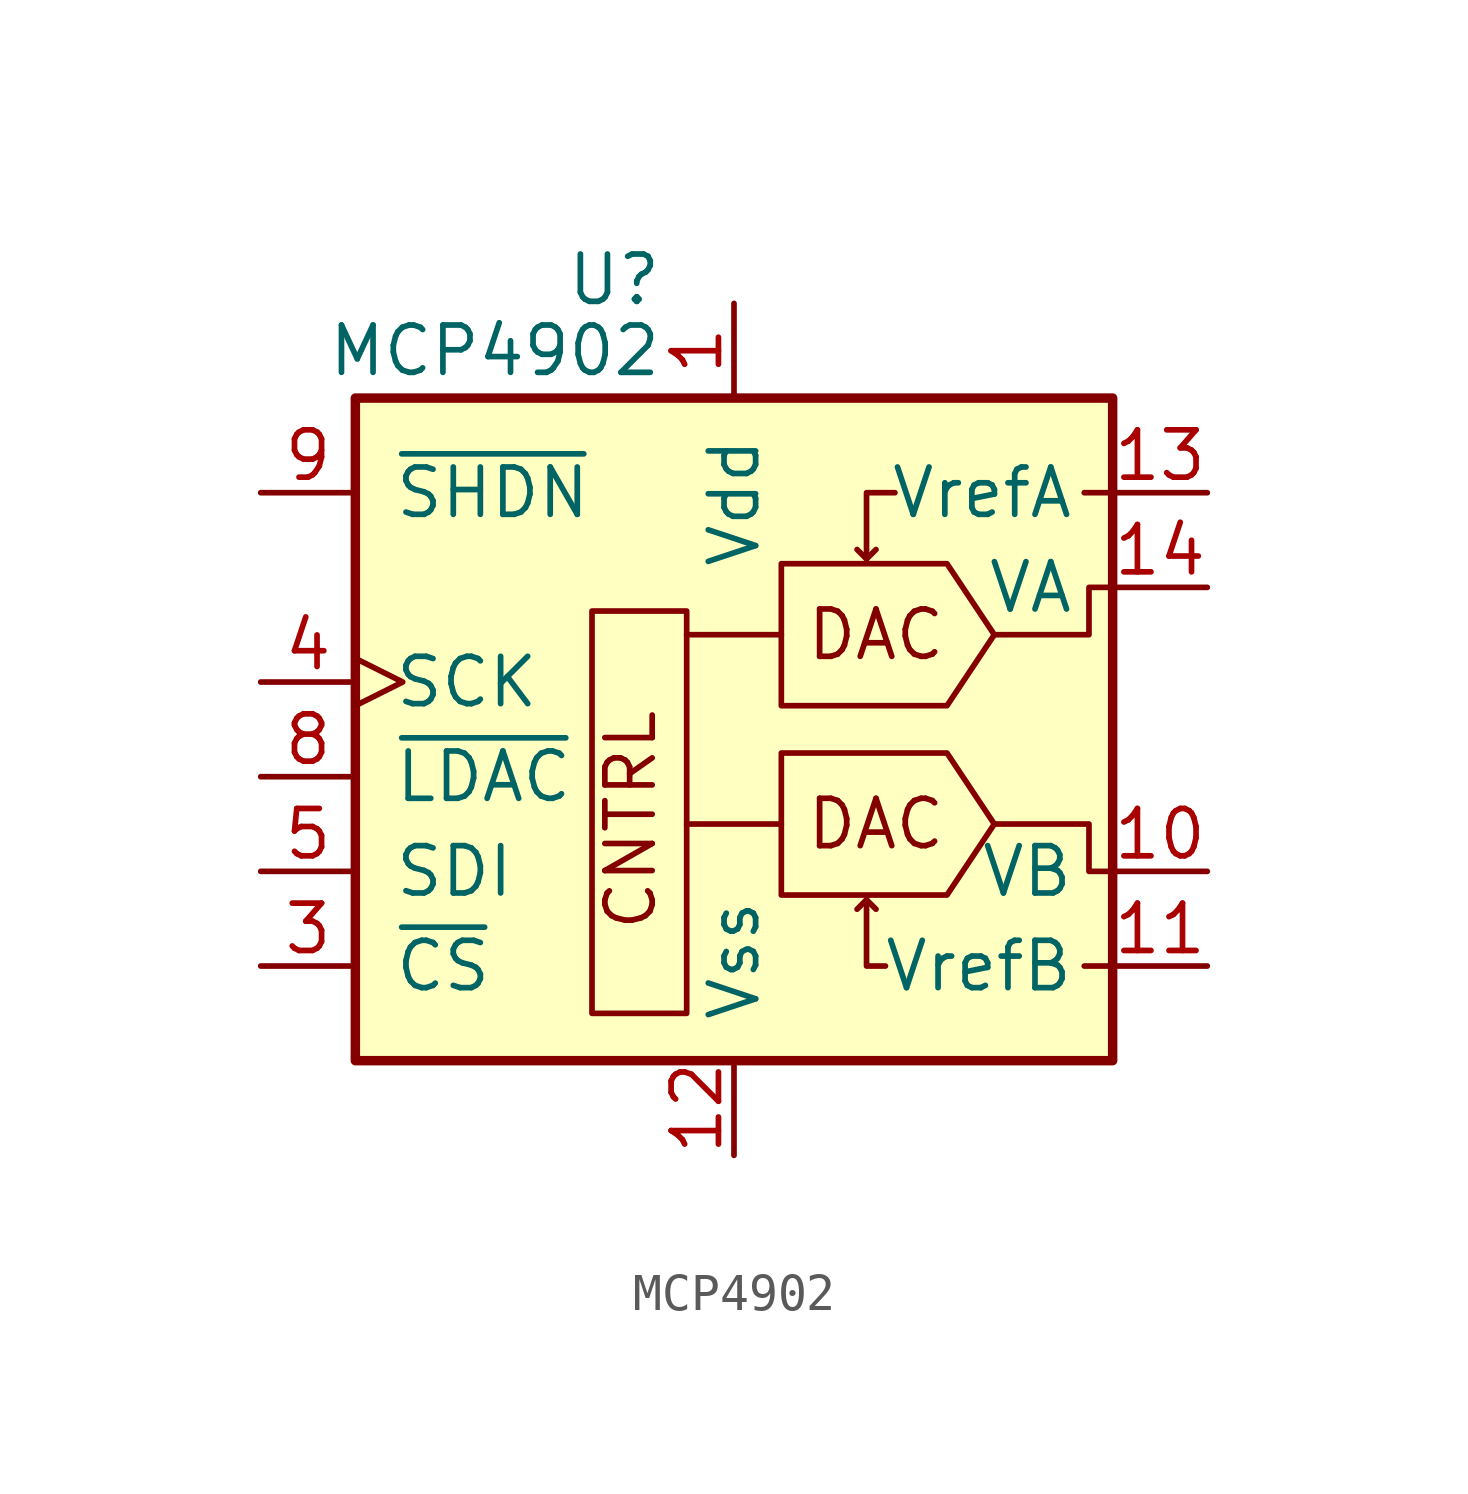
<source format=kicad_sym>
(kicad_symbol_lib
  (version 20211014)
  (generator kicad_symbol_editor)
  (symbol "MCP4902"
    (pin_names
      (offset 1.016))
    (property "Reference" "U"
      (at -1.905 10.795 0)
      (effects (font (size 1.27 1.27)) (justify right)))
    (property "Value" "MCP4902"
      (at -1.905 8.89 0)
      (effects (font (size 1.27 1.27)) (justify right)))
    (symbol "MCP4902_0_0"
      (polyline (pts (xy 3.556 -5.842) (xy 3.302 -6.096)) (stroke (width 0) (type default) (color 0 0 0 0)) (fill (type none)))
      (polyline (pts (xy 3.556 -5.842) (xy 3.81 -6.096)) (stroke (width 0) (type default) (color 0 0 0 0)) (fill (type none)))
      (polyline (pts (xy 3.556 3.302) (xy 3.302 3.556)) (stroke (width 0) (type default) (color 0 0 0 0)) (fill (type none)))
      (polyline (pts (xy 3.556 3.302) (xy 3.81 3.556)) (stroke (width 0) (type default) (color 0 0 0 0)) (fill (type none)))
      (polyline (pts (xy 10.16 -7.62) (xy 9.398 -7.62)) (stroke (width 0) (type default) (color 0 0 0 0)) (fill (type none)))
      (polyline (pts (xy 10.16 5.08) (xy 9.398 5.08)) (stroke (width 0) (type default) (color 0 0 0 0)) (fill (type none)))
      (polyline (pts (xy 4.064 -7.62) (xy 3.556 -7.62) (xy 3.556 -5.842)) (stroke (width 0) (type default) (color 0 0 0 0)) (fill (type none)))
      (polyline (pts (xy 4.318 5.08) (xy 3.556 5.08) (xy 3.556 3.302)) (stroke (width 0) (type default) (color 0 0 0 0)) (fill (type none)))
      (polyline (pts (xy 6.985 -3.81) (xy 9.525 -3.81) (xy 9.525 -5.08) (xy 10.16 -5.08)) (stroke (width 0) (type default) (color 0 0 0 0)) (fill (type none)))
      (polyline (pts (xy 6.985 1.27) (xy 9.525 1.27) (xy 9.525 2.54) (xy 10.16 2.54)) (stroke (width 0) (type default) (color 0 0 0 0)) (fill (type none)))
      (text "CNTRL" (at -2.032 -6.731 900) (effects (font (size 1.27 1.27)) (justify left bottom)))
      (text "DAC" (at 3.81 -3.81 0) (effects (font (size 1.27 1.27))))
      (text "DAC" (at 3.81 1.27 0) (effects (font (size 1.27 1.27)))))
    (symbol "MCP4902_0_1"
      (rectangle (start -10.16 7.62) (end 10.16 -10.16) (stroke (width 0.254) (type default) (color 0 0 0 0)) (fill (type background)))
      (rectangle (start -1.27 -8.89) (end -3.81 1.905) (stroke (width 0) (type default) (color 0 0 0 0)) (fill (type none)))
      (polyline (pts (xy 1.27 -3.81) (xy -1.27 -3.81)) (stroke (width 0) (type default) (color 0 0 0 0)) (fill (type none)))
      (polyline (pts (xy 1.27 1.27) (xy -1.27 1.27)) (stroke (width 0) (type default) (color 0 0 0 0)) (fill (type none)))
      (polyline (pts (xy 6.985 -3.81) (xy 5.715 -1.905) (xy 1.27 -1.905) (xy 1.27 -5.715) (xy 5.715 -5.715) (xy 6.985 -3.81)) (stroke (width 0) (type default) (color 0 0 0 0)) (fill (type none)))
      (polyline (pts (xy 6.985 1.27) (xy 5.715 3.175) (xy 1.27 3.175) (xy 1.27 -0.635) (xy 5.715 -0.635) (xy 6.985 1.27)) (stroke (width 0) (type default) (color 0 0 0 0)) (fill (type none))))
    (symbol "MCP4902_1_1"
      (pin power_in line (at 0 10.16 270) (length 2.54) (name "Vdd" (effects (font (size 1.27 1.27)))) (number "1" (effects (font (size 1.27 1.27)))))
      (pin output line (at 12.7 -5.08 180) (length 2.54) (name "VB" (effects (font (size 1.27 1.27)))) (number "10" (effects (font (size 1.27 1.27)))))
      (pin input line (at 12.7 -7.62 180) (length 2.54) (name "VrefB" (effects (font (size 1.27 1.27)))) (number "11" (effects (font (size 1.27 1.27)))))
      (pin power_in line (at 0 -12.7 90) (length 2.54) (name "Vss" (effects (font (size 1.27 1.27)))) (number "12" (effects (font (size 1.27 1.27)))))
      (pin input line (at 12.7 5.08 180) (length 2.54) (name "VrefA" (effects (font (size 1.27 1.27)))) (number "13" (effects (font (size 1.27 1.27)))))
      (pin output line (at 12.7 2.54 180) (length 2.54) (name "VA" (effects (font (size 1.27 1.27)))) (number "14" (effects (font (size 1.27 1.27)))))
      (pin no_connect line (at -7.62 -12.7 90) (length 2.54) hide (name "NC" (effects (font (size 1.27 1.27)))) (number "2" (effects (font (size 1.27 1.27)))))
      (pin input line (at -12.7 -7.62 0) (length 2.54) (name "~{CS}" (effects (font (size 1.27 1.27)))) (number "3" (effects (font (size 1.27 1.27)))))
      (pin input clock (at -12.7 0 0) (length 2.54) (name "SCK" (effects (font (size 1.27 1.27)))) (number "4" (effects (font (size 1.27 1.27)))))
      (pin input line (at -12.7 -5.08 0) (length 2.54) (name "SDI" (effects (font (size 1.27 1.27)))) (number "5" (effects (font (size 1.27 1.27)))))
      (pin no_connect line (at -5.08 -12.7 90) (length 2.54) hide (name "NC" (effects (font (size 1.27 1.27)))) (number "6" (effects (font (size 1.27 1.27)))))
      (pin no_connect line (at -2.54 -12.7 90) (length 2.54) hide (name "NC" (effects (font (size 1.27 1.27)))) (number "7" (effects (font (size 1.27 1.27)))))
      (pin input line (at -12.7 -2.54 0) (length 2.54) (name "~{LDAC}" (effects (font (size 1.27 1.27)))) (number "8" (effects (font (size 1.27 1.27)))))
      (pin input line (at -12.7 5.08 0) (length 2.54) (name "~{SHDN}" (effects (font (size 1.27 1.27)))) (number "9" (effects (font (size 1.27 1.27))))))))
</source>
